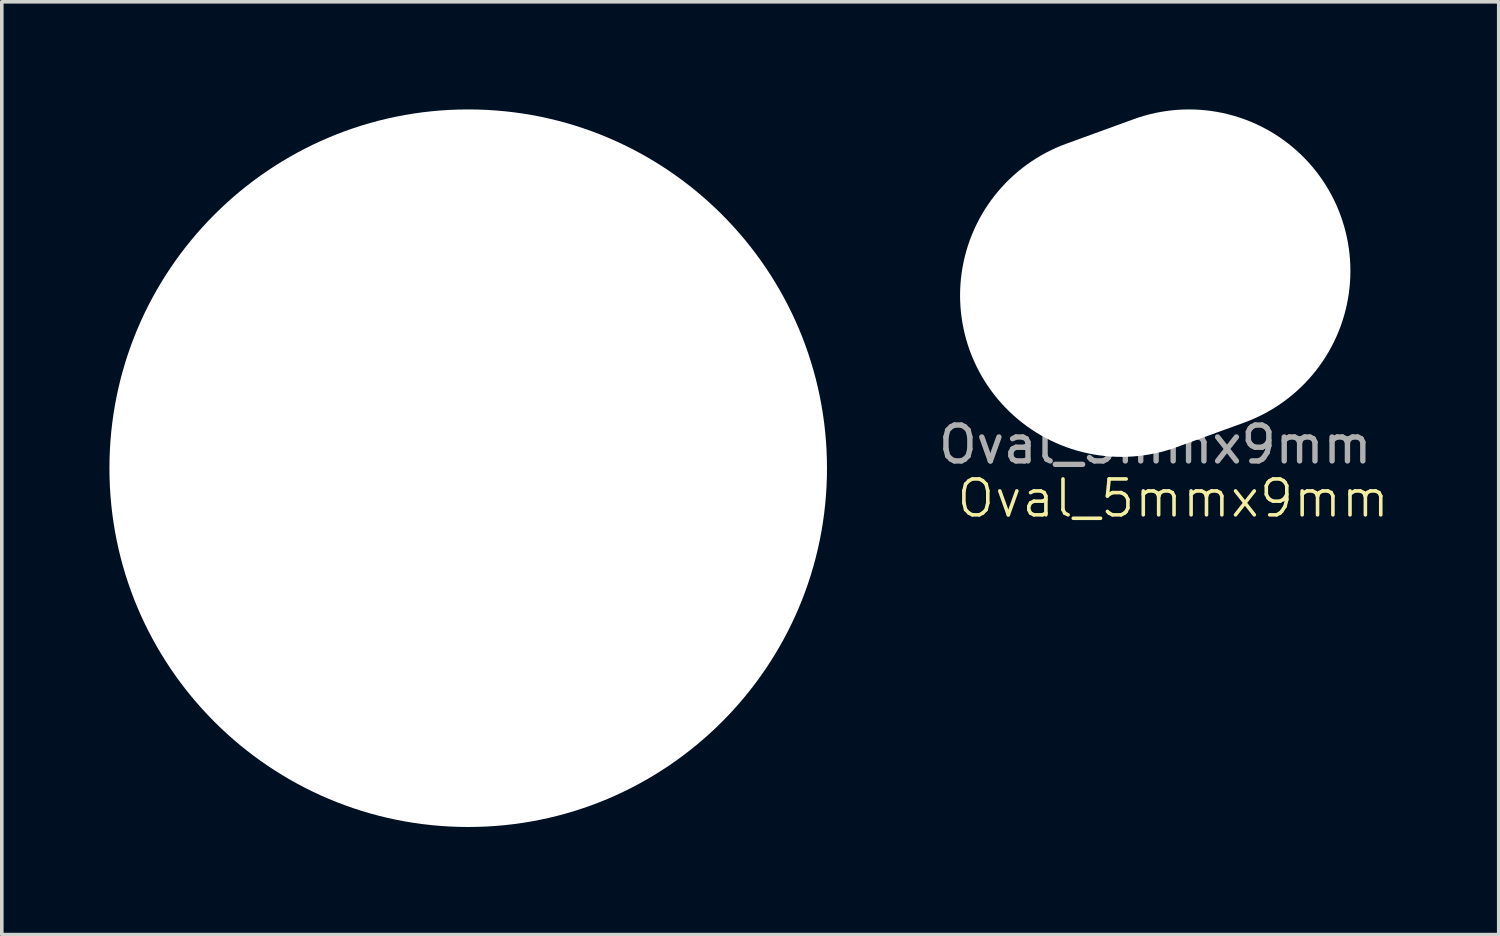
<source format=kicad_pcb>
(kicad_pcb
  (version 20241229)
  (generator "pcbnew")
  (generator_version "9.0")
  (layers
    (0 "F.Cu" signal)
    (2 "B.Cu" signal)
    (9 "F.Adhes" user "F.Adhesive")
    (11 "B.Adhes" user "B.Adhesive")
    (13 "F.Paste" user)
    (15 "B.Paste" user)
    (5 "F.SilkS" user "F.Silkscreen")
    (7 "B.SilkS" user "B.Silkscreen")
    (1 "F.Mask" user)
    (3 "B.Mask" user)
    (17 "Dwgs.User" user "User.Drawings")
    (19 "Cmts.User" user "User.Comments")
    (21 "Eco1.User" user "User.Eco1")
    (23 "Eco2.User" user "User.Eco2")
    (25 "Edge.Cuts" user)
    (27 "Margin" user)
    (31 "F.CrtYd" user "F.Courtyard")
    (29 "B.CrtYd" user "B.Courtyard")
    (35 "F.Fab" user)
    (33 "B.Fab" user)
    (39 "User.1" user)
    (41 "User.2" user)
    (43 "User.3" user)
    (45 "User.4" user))
  (footprint "Hole_20mm"
    (layer "F.Cu")
    (at 10 10)
    (property "Reference" "Hole_20mm" (at 0 -0.5 0) (unlocked yes) (layer "F.SilkS") (effects (font (size 1 1) (thickness 0.1))))
    (attr through_hole)
    (fp_text user "${REFERENCE}" (at 0 2.5 0) (unlocked yes) (layer "F.Fab") (effects (font (size 1 1) (thickness 0.15))))
    (pad "" np_thru_hole circle (at 0 0) (size 20 20) (drill 20) (layers "*.Cu" "*.Mask")))
  (footprint "Oval_5mmx9mm"
    (layer "F.Cu")
    (at 29.149 4.842)
    (property "Reference" "Oval_5mmx9mm" (at 0.5 6 0) (unlocked yes) (layer "F.SilkS") (effects (font (size 1 1) (thickness 0.1))))
    (attr through_hole)
    (fp_text user "${REFERENCE}" (at 0 4.5 0) (unlocked yes) (layer "F.Fab") (effects (font (size 1 1) (thickness 0.15))))
    (pad "" np_thru_hole oval (at 0 0 20) (size 11 9) (drill oval 11 9) (layers "*.Cu" "*.Mask")))
  (gr_rect
    (start -3 -3)
    (end 38.723 23)
    (stroke (width 0.1) (type default))
    (fill no)
    (layer "Edge.Cuts")))
</source>
